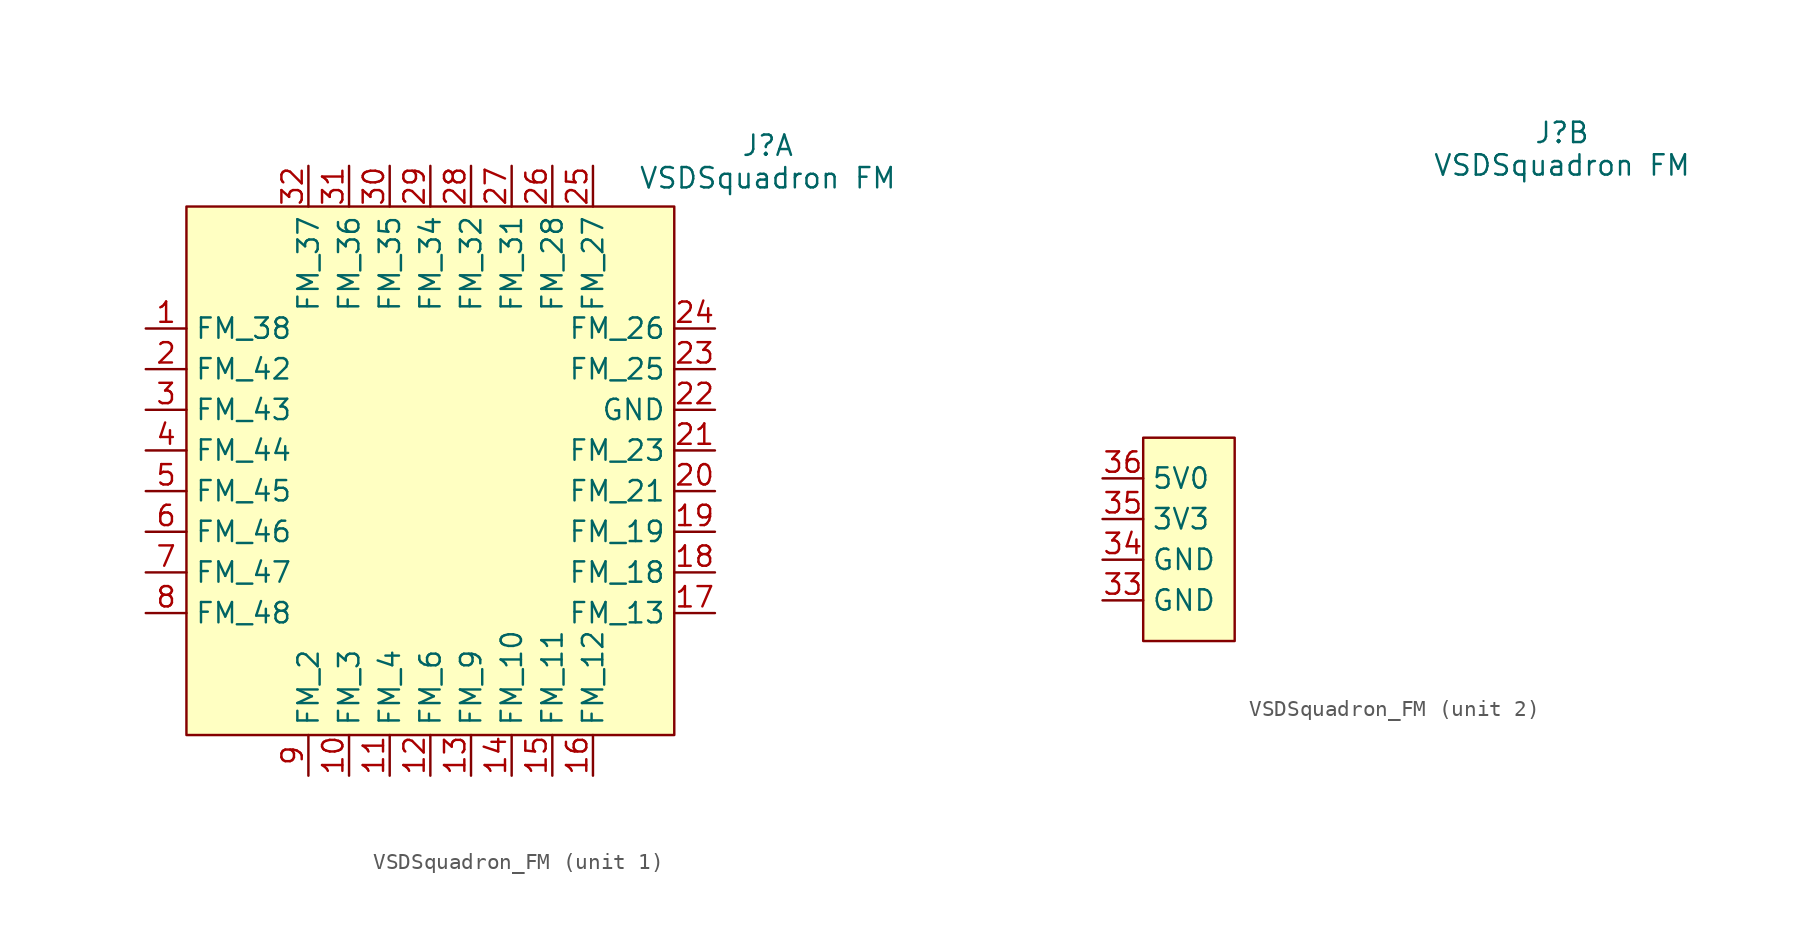
<source format=kicad_sym>
(kicad_symbol_lib
  (version 20241209)
  (generator "kicad_symbol_editor")
  (generator_version "9.0")
  (symbol "VSDSquadron_FM"
    (property "Reference" "J"
      (at 23.622 21.59 0)
      (effects (font (size 1.27 1.27))))
    (property "Value" "VSDSquadron FM"
      (at 23.622 19.558 0)
      (effects (font (size 1.27 1.27))))
    (property "ki_locked" ""
      (at 0 0 0)
      (effects (font (size 1.27 1.27))))
    (symbol "VSDSquadron_FM_1_0"
      (pin bidirectional line (at -15.24 5.08 0) (length 2.54) (name "FM_43" (effects (font (size 1.27 1.27)))) (number "3" (effects (font (size 1.27 1.27)))))
      (pin bidirectional line (at -15.24 2.54 0) (length 2.54) (name "FM_44" (effects (font (size 1.27 1.27)))) (number "4" (effects (font (size 1.27 1.27)))))
      (pin bidirectional line (at -15.24 0 0) (length 2.54) (name "FM_45" (effects (font (size 1.27 1.27)))) (number "5" (effects (font (size 1.27 1.27)))))
      (pin bidirectional line (at -15.24 -2.54 0) (length 2.54) (name "FM_46" (effects (font (size 1.27 1.27)))) (number "6" (effects (font (size 1.27 1.27)))))
      (pin bidirectional line (at -15.24 -5.08 0) (length 2.54) (name "FM_47" (effects (font (size 1.27 1.27)))) (number "7" (effects (font (size 1.27 1.27)))))
      (pin bidirectional line (at -5.08 20.32 270) (length 2.54) (name "FM_37" (effects (font (size 1.27 1.27)))) (number "32" (effects (font (size 1.27 1.27)))))
      (pin bidirectional line (at -2.54 20.32 270) (length 2.54) (name "FM_36" (effects (font (size 1.27 1.27)))) (number "31" (effects (font (size 1.27 1.27)))))
      (pin bidirectional line (at -2.54 -17.78 90) (length 2.54) (name "FM_3" (effects (font (size 1.27 1.27)))) (number "10" (effects (font (size 1.27 1.27)))))
      (pin bidirectional line (at 0 20.32 270) (length 2.54) (name "FM_35" (effects (font (size 1.27 1.27)))) (number "30" (effects (font (size 1.27 1.27)))))
      (pin bidirectional line (at 0 -17.78 90) (length 2.54) (name "FM_4" (effects (font (size 1.27 1.27)))) (number "11" (effects (font (size 1.27 1.27)))))
      (pin bidirectional line (at 2.54 20.32 270) (length 2.54) (name "FM_34" (effects (font (size 1.27 1.27)))) (number "29" (effects (font (size 1.27 1.27)))))
      (pin bidirectional line (at 2.54 -17.78 90) (length 2.54) (name "FM_6" (effects (font (size 1.27 1.27)))) (number "12" (effects (font (size 1.27 1.27)))))
      (pin bidirectional line (at 5.08 -17.78 90) (length 2.54) (name "FM_9" (effects (font (size 1.27 1.27)))) (number "13" (effects (font (size 1.27 1.27)))))
      (pin bidirectional line (at 7.62 -17.78 90) (length 2.54) (name "FM_10" (effects (font (size 1.27 1.27)))) (number "14" (effects (font (size 1.27 1.27)))))
      (pin bidirectional line (at 10.16 20.32 270) (length 2.54) (name "FM_28" (effects (font (size 1.27 1.27)))) (number "26" (effects (font (size 1.27 1.27)))))
      (pin bidirectional line (at 12.7 20.32 270) (length 2.54) (name "FM_27" (effects (font (size 1.27 1.27)))) (number "25" (effects (font (size 1.27 1.27)))))
      (pin bidirectional line (at 20.32 10.16 180) (length 2.54) (name "FM_26" (effects (font (size 1.27 1.27)))) (number "24" (effects (font (size 1.27 1.27)))))
      (pin bidirectional line (at 20.32 7.62 180) (length 2.54) (name "FM_25" (effects (font (size 1.27 1.27)))) (number "23" (effects (font (size 1.27 1.27)))))
      (pin power_in line (at 20.32 5.08 180) (length 2.54) (name "GND" (effects (font (size 1.27 1.27)))) (number "22" (effects (font (size 1.27 1.27)))))
      (pin bidirectional line (at 20.32 2.54 180) (length 2.54) (name "FM_23" (effects (font (size 1.27 1.27)))) (number "21" (effects (font (size 1.27 1.27)))))
      (pin bidirectional line (at 20.32 0 180) (length 2.54) (name "FM_21" (effects (font (size 1.27 1.27)))) (number "20" (effects (font (size 1.27 1.27)))))
      (pin bidirectional line (at 20.32 -2.54 180) (length 2.54) (name "FM_19" (effects (font (size 1.27 1.27)))) (number "19" (effects (font (size 1.27 1.27)))))
      (pin bidirectional line (at 20.32 -5.08 180) (length 2.54) (name "FM_18" (effects (font (size 1.27 1.27)))) (number "18" (effects (font (size 1.27 1.27)))))
      (pin bidirectional line (at 20.32 -7.62 180) (length 2.54) (name "FM_13" (effects (font (size 1.27 1.27)))) (number "17" (effects (font (size 1.27 1.27))))))
    (symbol "VSDSquadron_FM_1_1"
      (rectangle (start -12.7 17.78) (end 17.78 -15.24) (stroke (width 0) (type default)) (fill (type background)))
      (pin bidirectional line (at -15.24 10.16 0) (length 2.54) (name "FM_38" (effects (font (size 1.27 1.27)))) (number "1" (effects (font (size 1.27 1.27)))))
      (pin bidirectional line (at -15.24 7.62 0) (length 2.54) (name "FM_42" (effects (font (size 1.27 1.27)))) (number "2" (effects (font (size 1.27 1.27)))))
      (pin bidirectional line (at -15.24 -7.62 0) (length 2.54) (name "FM_48" (effects (font (size 1.27 1.27)))) (number "8" (effects (font (size 1.27 1.27)))))
      (pin bidirectional line (at -5.08 -17.78 90) (length 2.54) (name "FM_2" (effects (font (size 1.27 1.27)))) (number "9" (effects (font (size 1.27 1.27)))))
      (pin bidirectional line (at 5.08 20.32 270) (length 2.54) (name "FM_32" (effects (font (size 1.27 1.27)))) (number "28" (effects (font (size 1.27 1.27)))))
      (pin bidirectional line (at 7.62 20.32 270) (length 2.54) (name "FM_31" (effects (font (size 1.27 1.27)))) (number "27" (effects (font (size 1.27 1.27)))))
      (pin bidirectional line (at 10.16 -17.78 90) (length 2.54) (name "FM_11" (effects (font (size 1.27 1.27)))) (number "15" (effects (font (size 1.27 1.27)))))
      (pin bidirectional line (at 12.7 -17.78 90) (length 2.54) (name "FM_12" (effects (font (size 1.27 1.27)))) (number "16" (effects (font (size 1.27 1.27))))))
    (symbol "VSDSquadron_FM_2_1"
      (rectangle (start -2.54 2.54) (end 3.175 -10.16) (stroke (width 0) (type default)) (fill (type background)))
      (pin power_in line (at -5.08 0 0) (length 2.54) (name "5V0" (effects (font (size 1.27 1.27)))) (number "36" (effects (font (size 1.27 1.27)))))
      (pin power_in line (at -5.08 -2.54 0) (length 2.54) (name "3V3" (effects (font (size 1.27 1.27)))) (number "35" (effects (font (size 1.27 1.27)))))
      (pin power_in line (at -5.08 -5.08 0) (length 2.54) (name "GND" (effects (font (size 1.27 1.27)))) (number "34" (effects (font (size 1.27 1.27)))))
      (pin power_in line (at -5.08 -7.62 0) (length 2.54) (name "GND" (effects (font (size 1.27 1.27)))) (number "33" (effects (font (size 1.27 1.27))))))))
</source>
